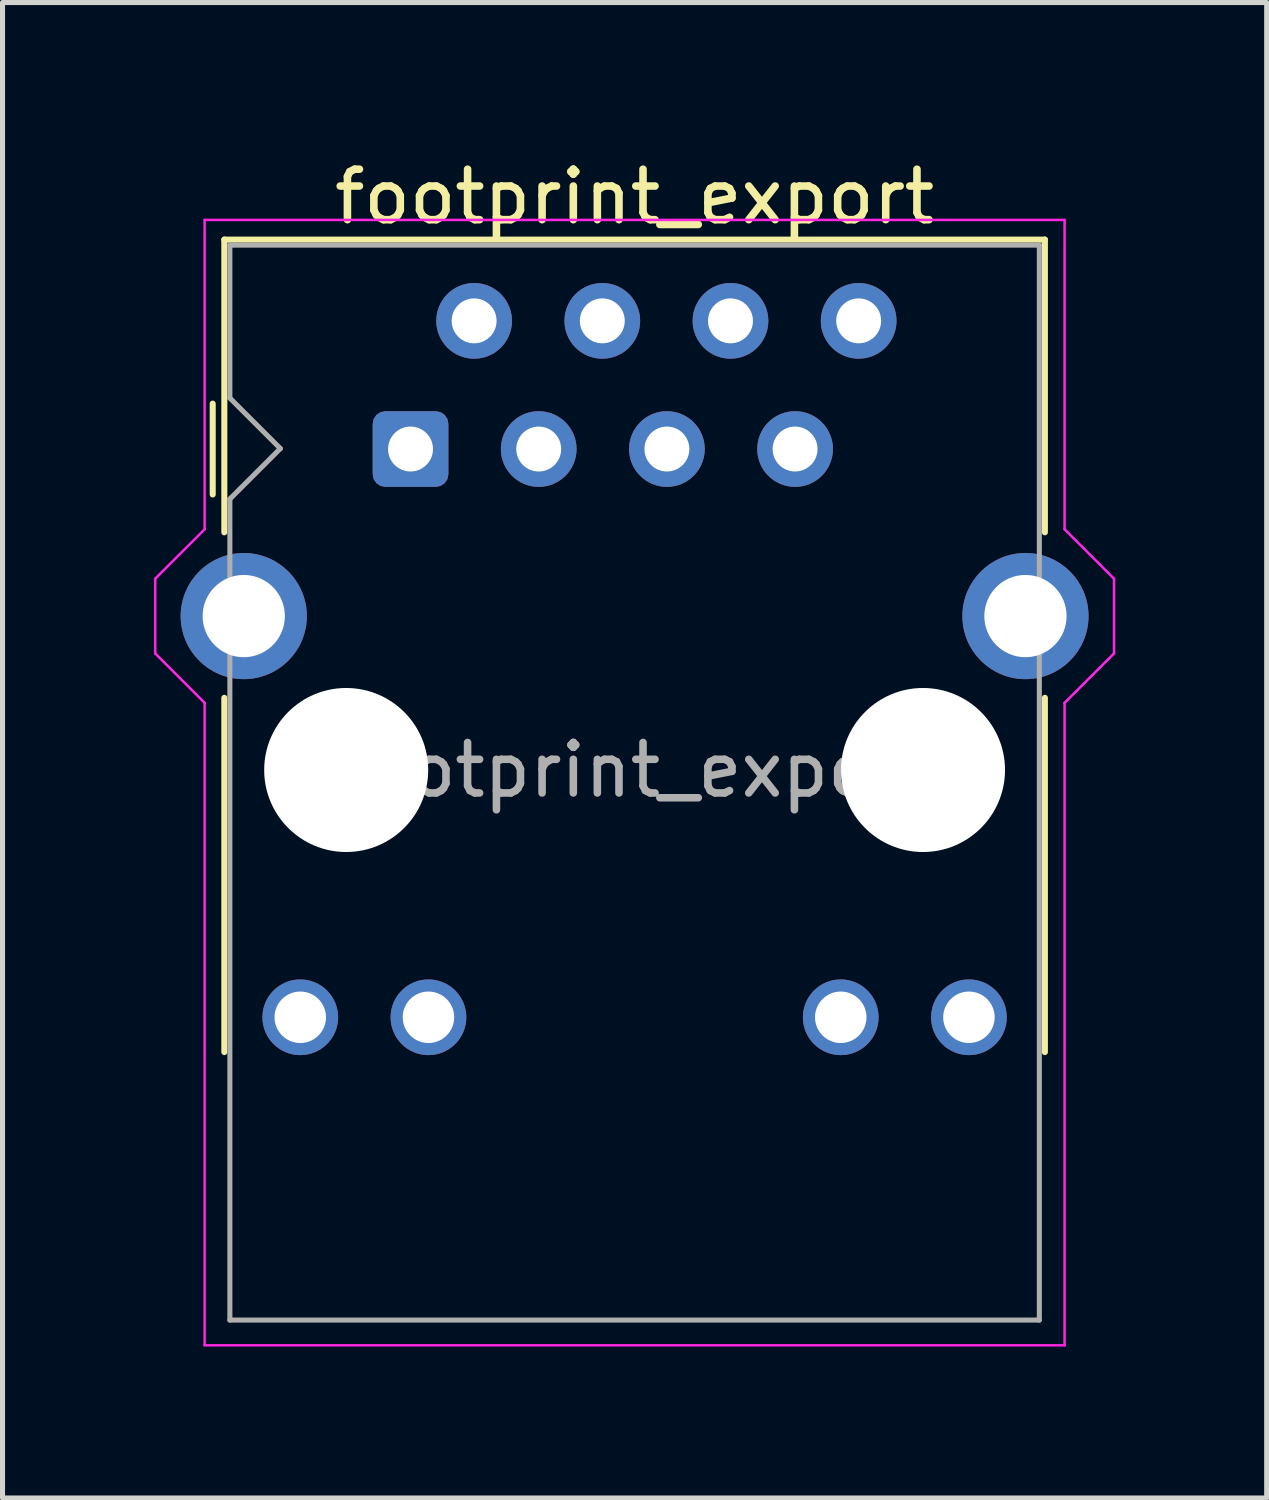
<source format=kicad_pcb>
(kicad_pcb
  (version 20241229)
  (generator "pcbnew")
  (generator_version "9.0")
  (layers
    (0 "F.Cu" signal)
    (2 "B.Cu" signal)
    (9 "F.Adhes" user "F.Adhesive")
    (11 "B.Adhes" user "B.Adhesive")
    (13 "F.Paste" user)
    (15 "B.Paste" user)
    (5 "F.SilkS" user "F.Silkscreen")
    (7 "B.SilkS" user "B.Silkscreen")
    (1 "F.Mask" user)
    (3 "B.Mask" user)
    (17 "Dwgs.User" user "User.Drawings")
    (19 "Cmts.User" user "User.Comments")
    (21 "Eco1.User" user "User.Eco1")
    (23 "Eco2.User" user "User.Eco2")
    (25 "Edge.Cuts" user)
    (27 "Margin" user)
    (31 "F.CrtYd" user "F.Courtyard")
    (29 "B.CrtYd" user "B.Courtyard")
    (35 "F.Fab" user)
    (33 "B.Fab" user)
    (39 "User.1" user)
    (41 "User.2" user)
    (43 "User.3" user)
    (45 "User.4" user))
  (footprint "footprint_export"
    (layer "F.Cu")
    (at 5.085 5.848)
    (property "Reference" "footprint_export" (at 4.44 -5 0) (layer "F.SilkS") (effects (font (size 1 1) (thickness 0.15))))
    (attr through_hole)
    (fp_line (start -3.92 -0.9) (end -3.92 0.9) (stroke (width 0.12) (type default)) (layer "F.SilkS"))
    (fp_line (start -3.69 -4.15) (end -3.69 1.65) (stroke (width 0.12) (type solid)) (layer "F.SilkS"))
    (fp_line (start -3.69 -4.15) (end 12.57 -4.15) (stroke (width 0.12) (type solid)) (layer "F.SilkS"))
    (fp_line (start -3.69 4.93) (end -3.69 11.95) (stroke (width 0.12) (type solid)) (layer "F.SilkS"))
    (fp_line (start 12.57 -4.15) (end 12.57 1.65) (stroke (width 0.12) (type solid)) (layer "F.SilkS"))
    (fp_line (start 12.57 4.93) (end 12.57 11.95) (stroke (width 0.12) (type solid)) (layer "F.SilkS"))
    (fp_line (start -5.06 2.57) (end -5.06 4.05) (stroke (width 0.05) (type solid)) (layer "F.CrtYd"))
    (fp_line (start -5.06 2.57) (end -4.08 1.59) (stroke (width 0.05) (type solid)) (layer "F.CrtYd"))
    (fp_line (start -5.06 4.05) (end -4.08 5.03) (stroke (width 0.05) (type solid)) (layer "F.CrtYd"))
    (fp_line (start -4.08 -4.54) (end -4.08 1.59) (stroke (width 0.05) (type solid)) (layer "F.CrtYd"))
    (fp_line (start -4.08 -4.54) (end 12.96 -4.54) (stroke (width 0.05) (type solid)) (layer "F.CrtYd"))
    (fp_line (start -4.08 5.03) (end -4.08 17.76) (stroke (width 0.05) (type solid)) (layer "F.CrtYd"))
    (fp_line (start -4.08 17.76) (end 12.96 17.76) (stroke (width 0.05) (type solid)) (layer "F.CrtYd"))
    (fp_line (start 12.96 -4.54) (end 12.96 1.59) (stroke (width 0.05) (type solid)) (layer "F.CrtYd"))
    (fp_line (start 12.96 5.03) (end 12.96 17.76) (stroke (width 0.05) (type solid)) (layer "F.CrtYd"))
    (fp_line (start 13.94 2.57) (end 12.96 1.59) (stroke (width 0.05) (type solid)) (layer "F.CrtYd"))
    (fp_line (start 13.94 4.05) (end 12.96 5.03) (stroke (width 0.05) (type solid)) (layer "F.CrtYd"))
    (fp_line (start 13.94 4.05) (end 13.94 2.57) (stroke (width 0.05) (type solid)) (layer "F.CrtYd"))
    (fp_line (start -3.58 -4.04) (end -3.58 -1.01) (stroke (width 0.1) (type solid)) (layer "F.Fab"))
    (fp_line (start -3.58 -4.04) (end 12.46 -4.04) (stroke (width 0.1) (type solid)) (layer "F.Fab"))
    (fp_line (start -3.58 0.99) (end -3.58 17.26) (stroke (width 0.1) (type solid)) (layer "F.Fab"))
    (fp_line (start -3.58 17.26) (end 12.46 17.26) (stroke (width 0.1) (type solid)) (layer "F.Fab"))
    (fp_line (start -2.58 -0.01) (end -3.58 -1.01) (stroke (width 0.1) (type solid)) (layer "F.Fab"))
    (fp_line (start -2.58 -0.01) (end -3.58 0.99) (stroke (width 0.1) (type solid)) (layer "F.Fab"))
    (fp_line (start 12.46 -4.04) (end 12.46 17.26) (stroke (width 0.1) (type solid)) (layer "F.Fab"))
    (fp_text user "${REFERENCE}" (at 4.44 6.36 0) (layer "F.Fab") (effects (font (size 1 1) (thickness 0.15))))
    (pad "" np_thru_hole circle (at -1.275 6.36) (size 3.25 3.25) (drill 3.25) (layers "*.Cu" "*.Mask"))
    (pad "" np_thru_hole circle (at 10.155 6.36) (size 3.25 3.25) (drill 3.25) (layers "*.Cu" "*.Mask"))
    (pad "1" thru_hole roundrect (at 0 0) (size 1.5 1.5) (drill 0.89) (layers "*.Cu" "*.Mask") (roundrect_rratio 0.167))
    (pad "2" thru_hole circle (at 1.26 -2.54) (size 1.5 1.5) (drill 0.89) (layers "*.Cu" "*.Mask"))
    (pad "3" thru_hole circle (at 2.54 0) (size 1.5 1.5) (drill 0.89) (layers "*.Cu" "*.Mask"))
    (pad "4" thru_hole circle (at 3.8 -2.54) (size 1.5 1.5) (drill 0.89) (layers "*.Cu" "*.Mask"))
    (pad "5" thru_hole circle (at 5.08 0) (size 1.5 1.5) (drill 0.89) (layers "*.Cu" "*.Mask"))
    (pad "6" thru_hole circle (at 6.34 -2.54) (size 1.5 1.5) (drill 0.89) (layers "*.Cu" "*.Mask"))
    (pad "7" thru_hole circle (at 7.62 0) (size 1.5 1.5) (drill 0.89) (layers "*.Cu" "*.Mask"))
    (pad "8" thru_hole circle (at 8.88 -2.54) (size 1.5 1.5) (drill 0.89) (layers "*.Cu" "*.Mask"))
    (pad "9" thru_hole circle (at -2.185 11.26) (size 1.5 1.5) (drill 1.02) (layers "*.Cu" "*.Mask"))
    (pad "10" thru_hole circle (at 0.355 11.26) (size 1.5 1.5) (drill 1.02) (layers "*.Cu" "*.Mask"))
    (pad "11" thru_hole circle (at 8.525 11.26) (size 1.5 1.5) (drill 1.02) (layers "*.Cu" "*.Mask"))
    (pad "12" thru_hole circle (at 11.065 11.26) (size 1.5 1.5) (drill 1.02) (layers "*.Cu" "*.Mask"))
    (pad "SH" thru_hole circle (at -3.305 3.31) (size 2.5 2.5) (drill 1.63) (layers "*.Cu" "*.Mask"))
    (pad "SH" thru_hole circle (at 12.185 3.31) (size 2.5 2.5) (drill 1.63) (layers "*.Cu" "*.Mask")))
  (gr_rect
    (start -3 -3)
    (end 22.05 26.633)
    (stroke (width 0.1) (type default))
    (fill no)
    (layer "Edge.Cuts")))
</source>
